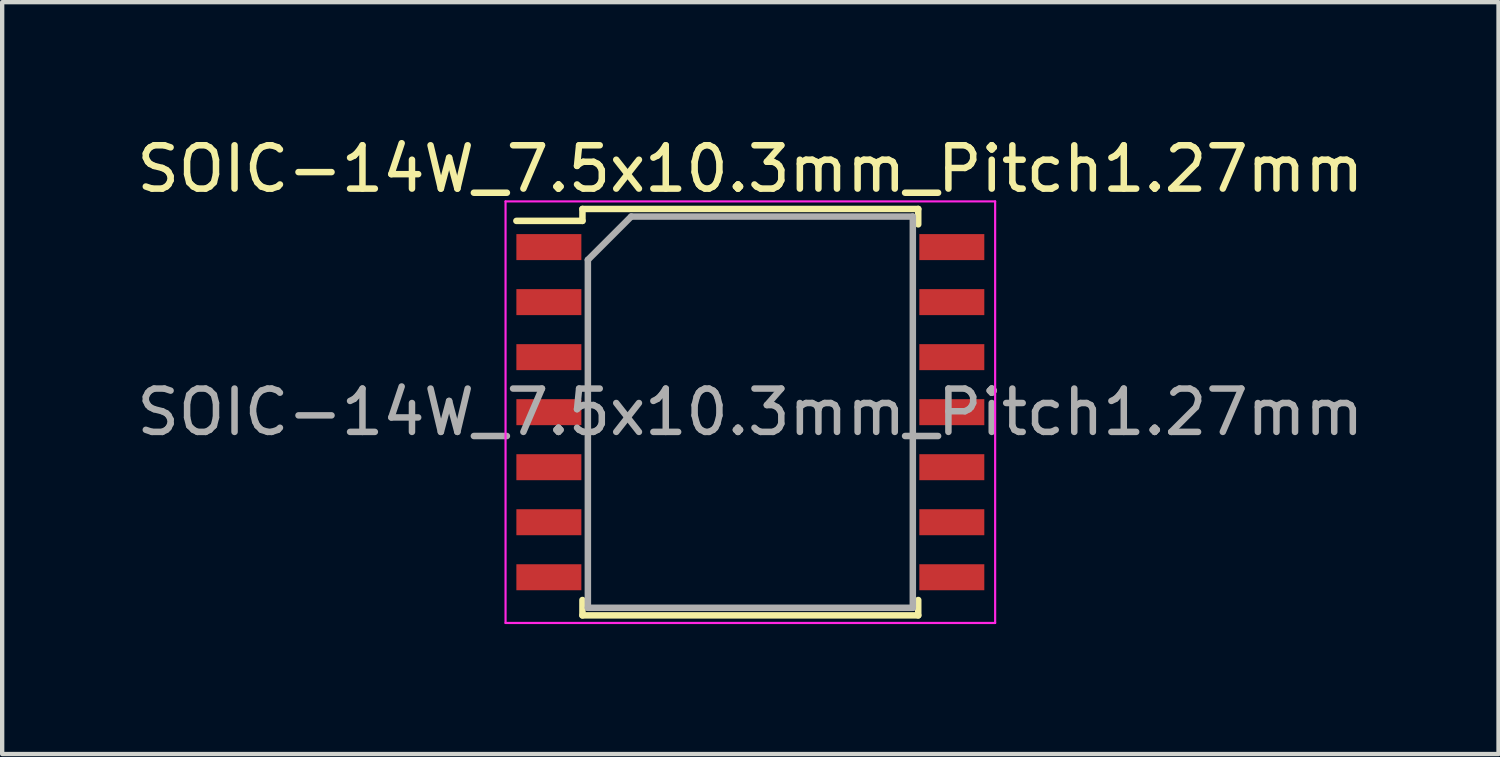
<source format=kicad_pcb>
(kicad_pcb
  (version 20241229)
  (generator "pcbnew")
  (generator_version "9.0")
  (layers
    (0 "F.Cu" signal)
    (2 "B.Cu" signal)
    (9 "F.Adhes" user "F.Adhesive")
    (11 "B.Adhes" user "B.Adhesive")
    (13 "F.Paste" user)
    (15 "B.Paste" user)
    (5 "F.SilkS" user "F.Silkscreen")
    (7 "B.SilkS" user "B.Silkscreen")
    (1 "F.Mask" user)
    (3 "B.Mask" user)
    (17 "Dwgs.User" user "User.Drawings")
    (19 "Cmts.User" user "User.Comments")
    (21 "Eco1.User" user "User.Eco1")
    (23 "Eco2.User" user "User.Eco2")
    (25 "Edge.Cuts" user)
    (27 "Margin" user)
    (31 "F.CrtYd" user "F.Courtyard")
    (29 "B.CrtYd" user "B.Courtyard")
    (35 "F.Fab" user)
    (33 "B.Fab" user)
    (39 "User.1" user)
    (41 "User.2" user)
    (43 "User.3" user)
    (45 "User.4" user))
  (footprint "SOIC-14W_7.5x10.3mm_Pitch1.27mm"
    (layer "F.Cu")
    (at 14.268 6.463)
    (property "Reference" "SOIC-14W_7.5x10.3mm_Pitch1.27mm" (at 0 -5.615 0) (layer "F.SilkS") (effects (font (size 1 1) (thickness 0.15))))
    (attr smd)
    (fp_line (start -3.875 -4.69) (end -3.875 -4.415) (stroke (width 0.15) (type solid)) (layer "F.SilkS"))
    (fp_line (start -3.875 -4.69) (end 3.875 -4.69) (stroke (width 0.15) (type solid)) (layer "F.SilkS"))
    (fp_line (start -3.875 -4.415) (end -5.4 -4.415) (stroke (width 0.15) (type solid)) (layer "F.SilkS"))
    (fp_line (start -3.875 4.69) (end -3.875 4.335) (stroke (width 0.15) (type solid)) (layer "F.SilkS"))
    (fp_line (start -3.875 4.69) (end 3.875 4.69) (stroke (width 0.15) (type solid)) (layer "F.SilkS"))
    (fp_line (start 3.875 -4.69) (end 3.875 -4.335) (stroke (width 0.15) (type solid)) (layer "F.SilkS"))
    (fp_line (start 3.875 4.69) (end 3.875 4.335) (stroke (width 0.15) (type solid)) (layer "F.SilkS"))
    (fp_line (start -5.65 -4.865) (end -5.65 4.865) (stroke (width 0.05) (type solid)) (layer "F.CrtYd"))
    (fp_line (start -5.65 -4.865) (end 5.65 -4.865) (stroke (width 0.05) (type solid)) (layer "F.CrtYd"))
    (fp_line (start -5.65 4.865) (end 5.65 4.865) (stroke (width 0.05) (type solid)) (layer "F.CrtYd"))
    (fp_line (start 5.65 -4.865) (end 5.65 4.865) (stroke (width 0.05) (type solid)) (layer "F.CrtYd"))
    (fp_line (start -3.75 -3.515) (end -2.75 -4.515) (stroke (width 0.15) (type solid)) (layer "F.Fab"))
    (fp_line (start -3.75 4.515) (end -3.75 -3.515) (stroke (width 0.15) (type solid)) (layer "F.Fab"))
    (fp_line (start -2.75 -4.515) (end 3.75 -4.515) (stroke (width 0.15) (type solid)) (layer "F.Fab"))
    (fp_line (start 3.75 -4.515) (end 3.75 4.515) (stroke (width 0.15) (type solid)) (layer "F.Fab"))
    (fp_line (start 3.75 4.515) (end -3.75 4.515) (stroke (width 0.15) (type solid)) (layer "F.Fab"))
    (fp_text user "${REFERENCE}" (at 0 0 0) (layer "F.Fab") (effects (font (size 1 1) (thickness 0.15))))
    (pad "1" smd rect (at -4.65 -3.81) (size 1.5 0.6) (layers "F.Cu" "F.Mask" "F.Paste"))
    (pad "2" smd rect (at -4.65 -2.54) (size 1.5 0.6) (layers "F.Cu" "F.Mask" "F.Paste"))
    (pad "3" smd rect (at -4.65 -1.27) (size 1.5 0.6) (layers "F.Cu" "F.Mask" "F.Paste"))
    (pad "4" smd rect (at -4.65 0) (size 1.5 0.6) (layers "F.Cu" "F.Mask" "F.Paste"))
    (pad "5" smd rect (at -4.65 1.27) (size 1.5 0.6) (layers "F.Cu" "F.Mask" "F.Paste"))
    (pad "6" smd rect (at -4.65 2.54) (size 1.5 0.6) (layers "F.Cu" "F.Mask" "F.Paste"))
    (pad "7" smd rect (at -4.65 3.81) (size 1.5 0.6) (layers "F.Cu" "F.Mask" "F.Paste"))
    (pad "8" smd rect (at 4.65 3.81) (size 1.5 0.6) (layers "F.Cu" "F.Mask" "F.Paste"))
    (pad "9" smd rect (at 4.65 2.54) (size 1.5 0.6) (layers "F.Cu" "F.Mask" "F.Paste"))
    (pad "10" smd rect (at 4.65 1.27) (size 1.5 0.6) (layers "F.Cu" "F.Mask" "F.Paste"))
    (pad "11" smd rect (at 4.65 0) (size 1.5 0.6) (layers "F.Cu" "F.Mask" "F.Paste"))
    (pad "12" smd rect (at 4.65 -1.27) (size 1.5 0.6) (layers "F.Cu" "F.Mask" "F.Paste"))
    (pad "13" smd rect (at 4.65 -2.54) (size 1.5 0.6) (layers "F.Cu" "F.Mask" "F.Paste"))
    (pad "14" smd rect (at 4.65 -3.81) (size 1.5 0.6) (layers "F.Cu" "F.Mask" "F.Paste")))
  (gr_rect
    (start -3 -3)
    (end 31.536 14.353)
    (stroke (width 0.1) (type default))
    (fill no)
    (layer "Edge.Cuts")))
</source>
